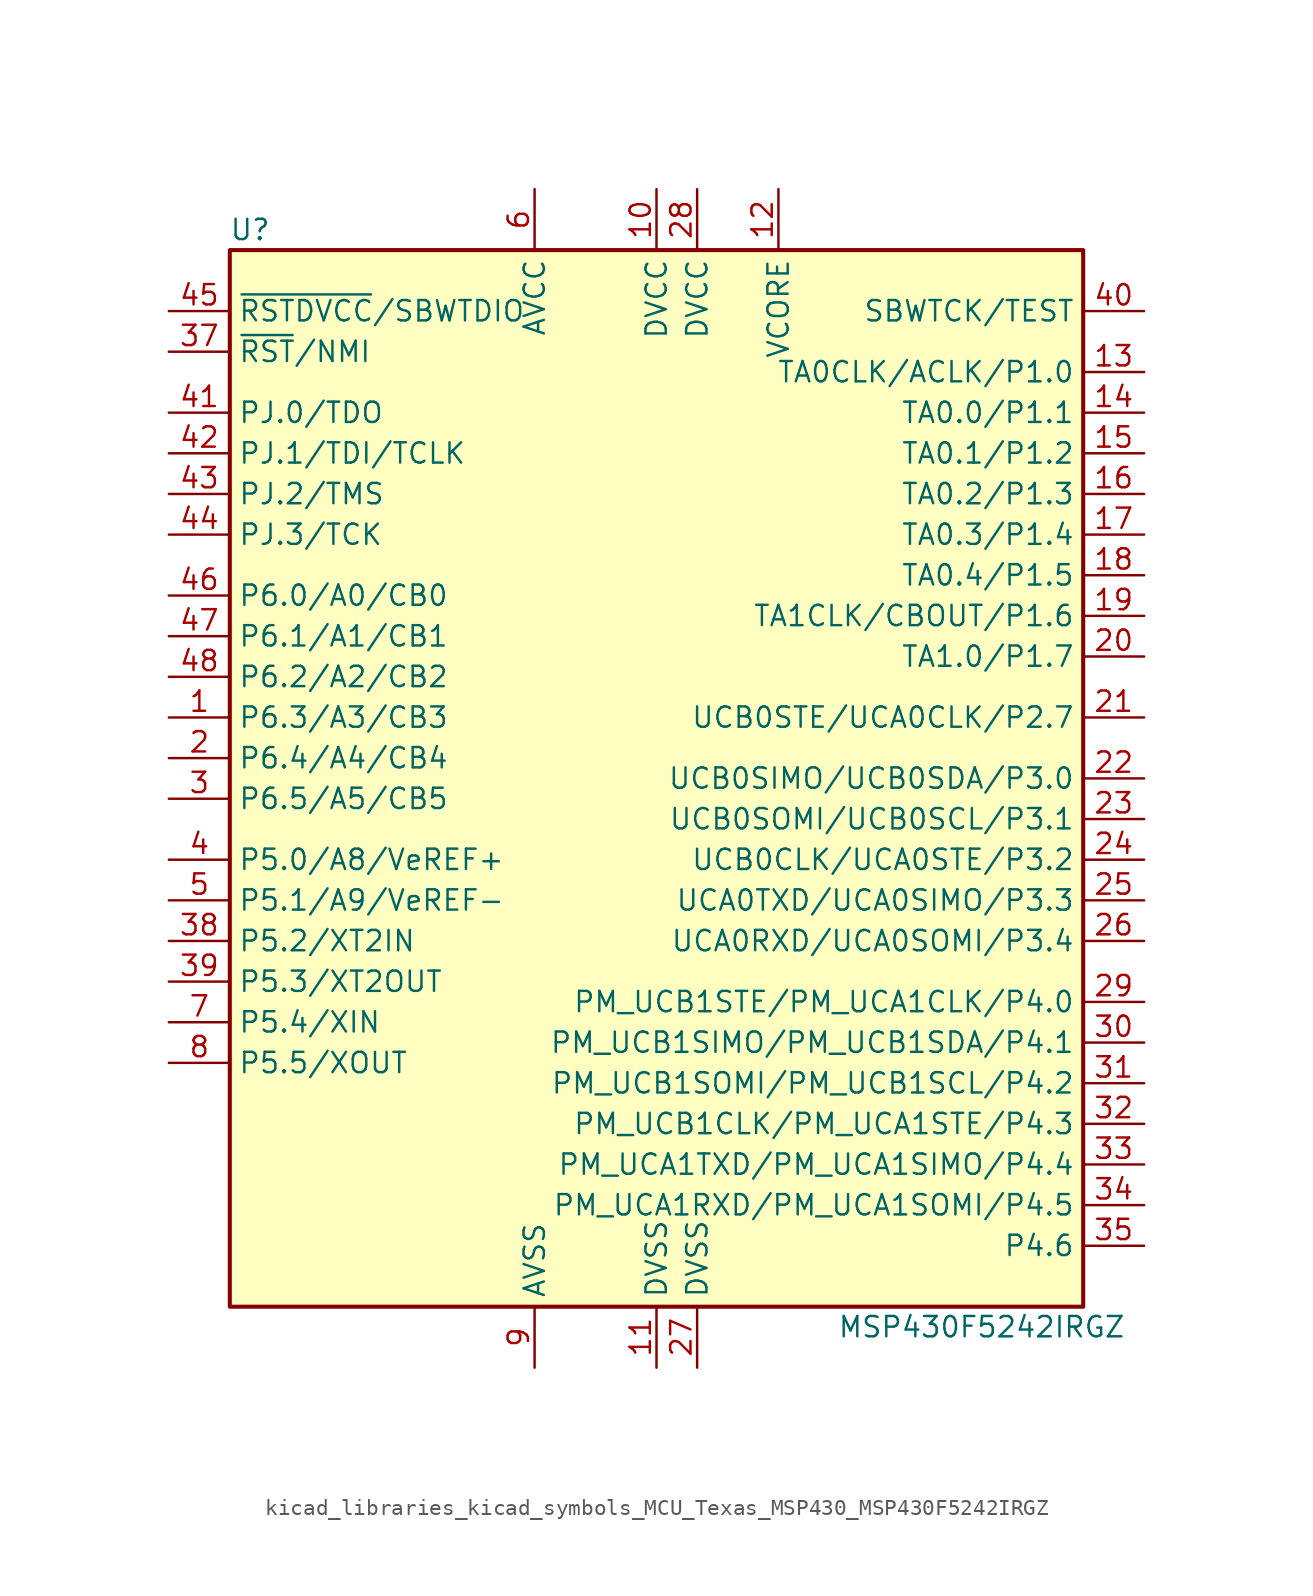
<source format=kicad_sym>
(kicad_symbol_lib
  (version 20220914)
  (generator kicad_symbol_editor)
  (symbol "kicad_libraries_kicad_symbols_MCU_Texas_MSP430_MSP430F5242IRGZ"
    (property "Reference" "U"
      (at -25.4 35.56 0)
      (effects (font (size 1.27 1.27))))
    (property "Value" "MSP430F5242IRGZ"
      (at 20.32 -33.02 0)
      (effects (font (size 1.27 1.27))))
    (symbol "kicad_libraries_kicad_symbols_MCU_Texas_MSP430_MSP430F5242IRGZ_0_1"
      (rectangle (start -26.67 34.29) (end 26.67 -31.75) (stroke (width 0.254) (type default)) (fill (type background))))
    (symbol "kicad_libraries_kicad_symbols_MCU_Texas_MSP430_MSP430F5242IRGZ_1_1"
      (pin bidirectional line (at -30.48 5.08 0) (length 3.81) (name "P6.3/A3/CB3" (effects (font (size 1.27 1.27)))) (number "1" (effects (font (size 1.27 1.27)))))
      (pin power_in line (at 0 38.1 270) (length 3.81) (name "DVCC" (effects (font (size 1.27 1.27)))) (number "10" (effects (font (size 1.27 1.27)))))
      (pin power_in line (at 0 -35.56 90) (length 3.81) (name "DVSS" (effects (font (size 1.27 1.27)))) (number "11" (effects (font (size 1.27 1.27)))))
      (pin passive line (at 7.62 38.1 270) (length 3.81) (name "VCORE" (effects (font (size 1.27 1.27)))) (number "12" (effects (font (size 1.27 1.27)))))
      (pin bidirectional line (at 30.48 26.67 180) (length 3.81) (name "TA0CLK/ACLK/P1.0" (effects (font (size 1.27 1.27)))) (number "13" (effects (font (size 1.27 1.27)))))
      (pin bidirectional line (at 30.48 24.13 180) (length 3.81) (name "TA0.0/P1.1" (effects (font (size 1.27 1.27)))) (number "14" (effects (font (size 1.27 1.27)))))
      (pin bidirectional line (at 30.48 21.59 180) (length 3.81) (name "TA0.1/P1.2" (effects (font (size 1.27 1.27)))) (number "15" (effects (font (size 1.27 1.27)))))
      (pin bidirectional line (at 30.48 19.05 180) (length 3.81) (name "TA0.2/P1.3" (effects (font (size 1.27 1.27)))) (number "16" (effects (font (size 1.27 1.27)))))
      (pin bidirectional line (at 30.48 16.51 180) (length 3.81) (name "TA0.3/P1.4" (effects (font (size 1.27 1.27)))) (number "17" (effects (font (size 1.27 1.27)))))
      (pin bidirectional line (at 30.48 13.97 180) (length 3.81) (name "TA0.4/P1.5" (effects (font (size 1.27 1.27)))) (number "18" (effects (font (size 1.27 1.27)))))
      (pin bidirectional line (at 30.48 11.43 180) (length 3.81) (name "TA1CLK/CBOUT/P1.6" (effects (font (size 1.27 1.27)))) (number "19" (effects (font (size 1.27 1.27)))))
      (pin bidirectional line (at -30.48 2.54 0) (length 3.81) (name "P6.4/A4/CB4" (effects (font (size 1.27 1.27)))) (number "2" (effects (font (size 1.27 1.27)))))
      (pin bidirectional line (at 30.48 8.89 180) (length 3.81) (name "TA1.0/P1.7" (effects (font (size 1.27 1.27)))) (number "20" (effects (font (size 1.27 1.27)))))
      (pin bidirectional line (at 30.48 5.08 180) (length 3.81) (name "UCB0STE/UCA0CLK/P2.7" (effects (font (size 1.27 1.27)))) (number "21" (effects (font (size 1.27 1.27)))))
      (pin bidirectional line (at 30.48 1.27 180) (length 3.81) (name "UCB0SIMO/UCB0SDA/P3.0" (effects (font (size 1.27 1.27)))) (number "22" (effects (font (size 1.27 1.27)))))
      (pin bidirectional line (at 30.48 -1.27 180) (length 3.81) (name "UCB0SOMI/UCB0SCL/P3.1" (effects (font (size 1.27 1.27)))) (number "23" (effects (font (size 1.27 1.27)))))
      (pin bidirectional line (at 30.48 -3.81 180) (length 3.81) (name "UCB0CLK/UCA0STE/P3.2" (effects (font (size 1.27 1.27)))) (number "24" (effects (font (size 1.27 1.27)))))
      (pin bidirectional line (at 30.48 -6.35 180) (length 3.81) (name "UCA0TXD/UCA0SIMO/P3.3" (effects (font (size 1.27 1.27)))) (number "25" (effects (font (size 1.27 1.27)))))
      (pin bidirectional line (at 30.48 -8.89 180) (length 3.81) (name "UCA0RXD/UCA0SOMI/P3.4" (effects (font (size 1.27 1.27)))) (number "26" (effects (font (size 1.27 1.27)))))
      (pin power_in line (at 2.54 -35.56 90) (length 3.81) (name "DVSS" (effects (font (size 1.27 1.27)))) (number "27" (effects (font (size 1.27 1.27)))))
      (pin power_in line (at 2.54 38.1 270) (length 3.81) (name "DVCC" (effects (font (size 1.27 1.27)))) (number "28" (effects (font (size 1.27 1.27)))))
      (pin bidirectional line (at 30.48 -12.7 180) (length 3.81) (name "PM_UCB1STE/PM_UCA1CLK/P4.0" (effects (font (size 1.27 1.27)))) (number "29" (effects (font (size 1.27 1.27)))))
      (pin bidirectional line (at -30.48 0 0) (length 3.81) (name "P6.5/A5/CB5" (effects (font (size 1.27 1.27)))) (number "3" (effects (font (size 1.27 1.27)))))
      (pin bidirectional line (at 30.48 -15.24 180) (length 3.81) (name "PM_UCB1SIMO/PM_UCB1SDA/P4.1" (effects (font (size 1.27 1.27)))) (number "30" (effects (font (size 1.27 1.27)))))
      (pin bidirectional line (at 30.48 -17.78 180) (length 3.81) (name "PM_UCB1SOMI/PM_UCB1SCL/P4.2" (effects (font (size 1.27 1.27)))) (number "31" (effects (font (size 1.27 1.27)))))
      (pin bidirectional line (at 30.48 -20.32 180) (length 3.81) (name "PM_UCB1CLK/PM_UCA1STE/P4.3" (effects (font (size 1.27 1.27)))) (number "32" (effects (font (size 1.27 1.27)))))
      (pin bidirectional line (at 30.48 -22.86 180) (length 3.81) (name "PM_UCA1TXD/PM_UCA1SIMO/P4.4" (effects (font (size 1.27 1.27)))) (number "33" (effects (font (size 1.27 1.27)))))
      (pin bidirectional line (at 30.48 -25.4 180) (length 3.81) (name "PM_UCA1RXD/PM_UCA1SOMI/P4.5" (effects (font (size 1.27 1.27)))) (number "34" (effects (font (size 1.27 1.27)))))
      (pin bidirectional line (at 30.48 -27.94 180) (length 3.81) (name "P4.6" (effects (font (size 1.27 1.27)))) (number "35" (effects (font (size 1.27 1.27)))))
      (pin input line (at -30.48 27.94 0) (length 3.81) (name "~{RST}/NMI" (effects (font (size 1.27 1.27)))) (number "37" (effects (font (size 1.27 1.27)))))
      (pin bidirectional line (at -30.48 -8.89 0) (length 3.81) (name "P5.2/XT2IN" (effects (font (size 1.27 1.27)))) (number "38" (effects (font (size 1.27 1.27)))))
      (pin bidirectional line (at -30.48 -11.43 0) (length 3.81) (name "P5.3/XT2OUT" (effects (font (size 1.27 1.27)))) (number "39" (effects (font (size 1.27 1.27)))))
      (pin bidirectional line (at -30.48 -3.81 0) (length 3.81) (name "P5.0/A8/VeREF+" (effects (font (size 1.27 1.27)))) (number "4" (effects (font (size 1.27 1.27)))))
      (pin input line (at 30.48 30.48 180) (length 3.81) (name "SBWTCK/TEST" (effects (font (size 1.27 1.27)))) (number "40" (effects (font (size 1.27 1.27)))))
      (pin bidirectional line (at -30.48 24.13 0) (length 3.81) (name "PJ.0/TDO" (effects (font (size 1.27 1.27)))) (number "41" (effects (font (size 1.27 1.27)))))
      (pin bidirectional line (at -30.48 21.59 0) (length 3.81) (name "PJ.1/TDI/TCLK" (effects (font (size 1.27 1.27)))) (number "42" (effects (font (size 1.27 1.27)))))
      (pin bidirectional line (at -30.48 19.05 0) (length 3.81) (name "PJ.2/TMS" (effects (font (size 1.27 1.27)))) (number "43" (effects (font (size 1.27 1.27)))))
      (pin bidirectional line (at -30.48 16.51 0) (length 3.81) (name "PJ.3/TCK" (effects (font (size 1.27 1.27)))) (number "44" (effects (font (size 1.27 1.27)))))
      (pin bidirectional line (at -30.48 30.48 0) (length 3.81) (name "~{RSTDVCC}/SBWTDIO" (effects (font (size 1.27 1.27)))) (number "45" (effects (font (size 1.27 1.27)))))
      (pin bidirectional line (at -30.48 12.7 0) (length 3.81) (name "P6.0/A0/CB0" (effects (font (size 1.27 1.27)))) (number "46" (effects (font (size 1.27 1.27)))))
      (pin bidirectional line (at -30.48 10.16 0) (length 3.81) (name "P6.1/A1/CB1" (effects (font (size 1.27 1.27)))) (number "47" (effects (font (size 1.27 1.27)))))
      (pin bidirectional line (at -30.48 7.62 0) (length 3.81) (name "P6.2/A2/CB2" (effects (font (size 1.27 1.27)))) (number "48" (effects (font (size 1.27 1.27)))))
      (pin bidirectional line (at -30.48 -6.35 0) (length 3.81) (name "P5.1/A9/VeREF-" (effects (font (size 1.27 1.27)))) (number "5" (effects (font (size 1.27 1.27)))))
      (pin power_in line (at -7.62 38.1 270) (length 3.81) (name "AVCC" (effects (font (size 1.27 1.27)))) (number "6" (effects (font (size 1.27 1.27)))))
      (pin bidirectional line (at -30.48 -13.97 0) (length 3.81) (name "P5.4/XIN" (effects (font (size 1.27 1.27)))) (number "7" (effects (font (size 1.27 1.27)))))
      (pin bidirectional line (at -30.48 -16.51 0) (length 3.81) (name "P5.5/XOUT" (effects (font (size 1.27 1.27)))) (number "8" (effects (font (size 1.27 1.27)))))
      (pin power_in line (at -7.62 -35.56 90) (length 3.81) (name "AVSS" (effects (font (size 1.27 1.27)))) (number "9" (effects (font (size 1.27 1.27))))))))
</source>
